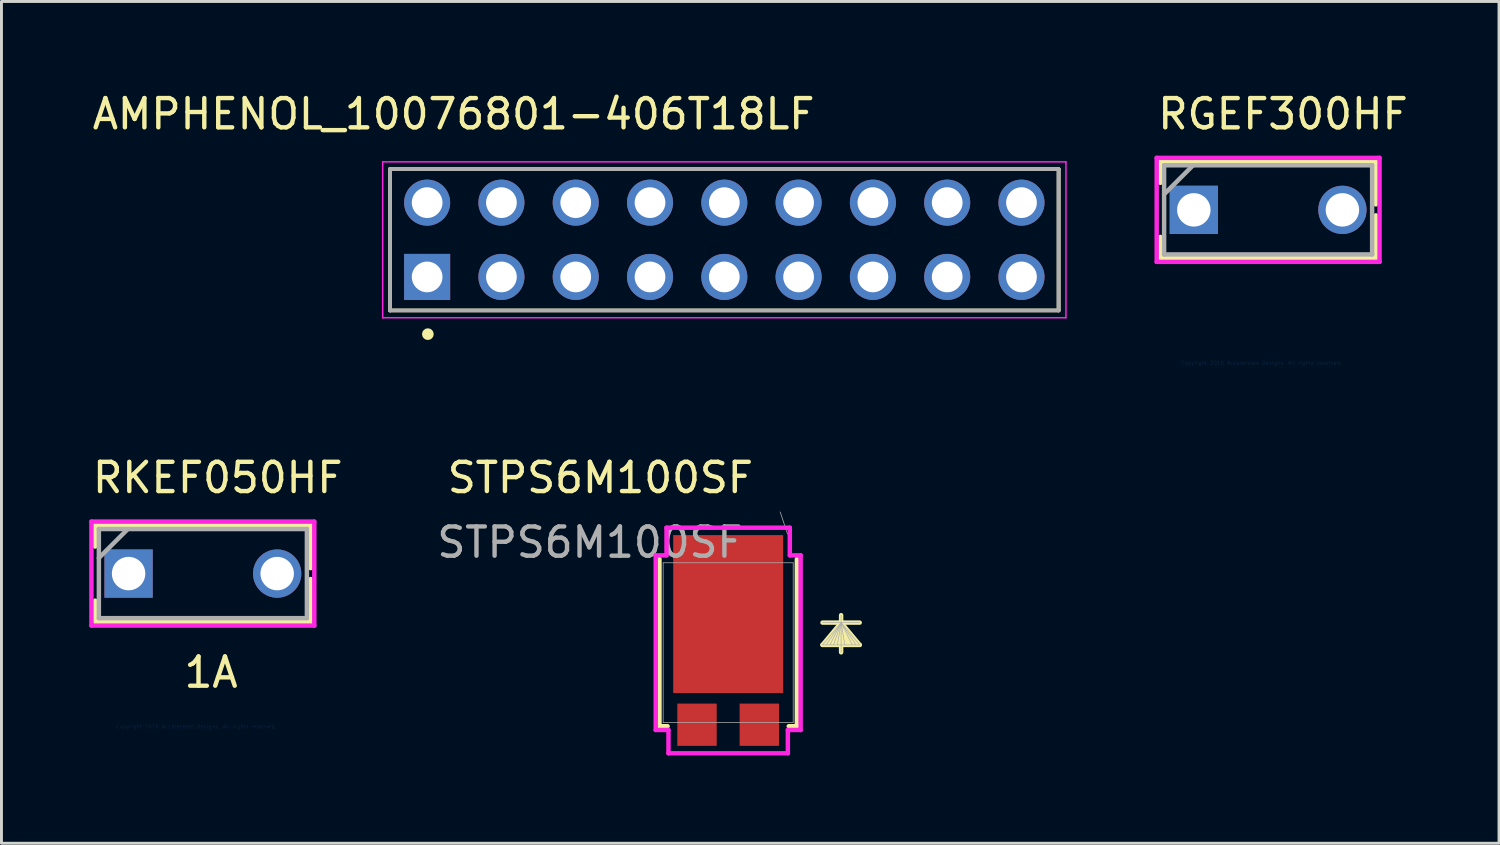
<source format=kicad_pcb>
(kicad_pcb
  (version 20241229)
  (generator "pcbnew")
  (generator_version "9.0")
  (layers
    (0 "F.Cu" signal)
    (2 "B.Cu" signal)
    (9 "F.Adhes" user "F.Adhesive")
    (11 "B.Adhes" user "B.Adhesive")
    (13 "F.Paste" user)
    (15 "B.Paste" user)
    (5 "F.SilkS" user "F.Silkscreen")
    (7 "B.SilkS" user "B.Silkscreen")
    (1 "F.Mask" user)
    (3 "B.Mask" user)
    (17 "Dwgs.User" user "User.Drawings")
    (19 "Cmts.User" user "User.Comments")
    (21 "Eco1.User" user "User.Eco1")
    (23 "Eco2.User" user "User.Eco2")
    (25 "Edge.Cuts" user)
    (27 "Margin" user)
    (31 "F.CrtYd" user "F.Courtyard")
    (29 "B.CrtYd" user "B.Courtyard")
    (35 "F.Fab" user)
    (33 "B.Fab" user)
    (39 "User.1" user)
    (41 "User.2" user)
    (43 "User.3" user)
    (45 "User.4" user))
  (footprint "AMPHENOL_10076801-406T18LF"
    (layer "F.Cu")
    (at 21.713 5.148)
    (property "Reference" "AMPHENOL_10076801-406T18LF" (at -9.255 -4.3 0) (layer "F.SilkS") (effects (font (size 1 1) (thickness 0.15))))
    (attr through_hole)
    (fp_line (start -11.43 2.415) (end -11.43 -2.415) (stroke (width 0.127) (type solid)) (layer "F.SilkS"))
    (fp_line (start 11.43 -2.415) (end -11.43 -2.415) (stroke (width 0.127) (type solid)) (layer "F.SilkS"))
    (fp_line (start 11.43 -2.415) (end 11.43 2.415) (stroke (width 0.127) (type solid)) (layer "F.SilkS"))
    (fp_line (start 11.43 2.415) (end -11.43 2.415) (stroke (width 0.127) (type solid)) (layer "F.SilkS"))
    (fp_circle (center -10.135 3.226) (end -10.035 3.226) (stroke (width 0.2) (type solid)) (fill no) (layer "F.SilkS"))
    (fp_line (start -11.68 -2.665) (end 11.68 -2.665) (stroke (width 0.05) (type solid)) (layer "F.CrtYd"))
    (fp_line (start -11.68 2.665) (end -11.68 -2.665) (stroke (width 0.05) (type solid)) (layer "F.CrtYd"))
    (fp_line (start 11.68 -2.665) (end 11.68 2.665) (stroke (width 0.05) (type solid)) (layer "F.CrtYd"))
    (fp_line (start 11.68 2.665) (end -11.68 2.665) (stroke (width 0.05) (type solid)) (layer "F.CrtYd"))
    (fp_line (start -11.43 -2.415) (end 11.43 -2.415) (stroke (width 0.127) (type solid)) (layer "F.Fab"))
    (fp_line (start -11.43 -2.415) (end 11.43 -2.415) (stroke (width 0.127) (type solid)) (layer "F.Fab"))
    (fp_line (start -11.43 2.415) (end -11.43 -2.415) (stroke (width 0.127) (type solid)) (layer "F.Fab"))
    (fp_line (start -11.43 2.415) (end -11.43 -2.415) (stroke (width 0.127) (type solid)) (layer "F.Fab"))
    (fp_line (start 11.43 -2.415) (end 11.43 2.415) (stroke (width 0.127) (type solid)) (layer "F.Fab"))
    (fp_line (start 11.43 -2.415) (end 11.43 2.415) (stroke (width 0.127) (type solid)) (layer "F.Fab"))
    (fp_line (start 11.43 2.415) (end -11.43 2.415) (stroke (width 0.127) (type solid)) (layer "F.Fab"))
    (pad "01" thru_hole rect (at -10.16 1.27) (size 1.575 1.575) (drill 1.05) (layers "*.Cu" "*.Mask"))
    (pad "02" thru_hole circle (at -10.16 -1.27) (size 1.575 1.575) (drill 1.05) (layers "*.Cu" "*.Mask"))
    (pad "03" thru_hole circle (at -7.62 1.27) (size 1.575 1.575) (drill 1.05) (layers "*.Cu" "*.Mask"))
    (pad "04" thru_hole circle (at -7.62 -1.27) (size 1.575 1.575) (drill 1.05) (layers "*.Cu" "*.Mask"))
    (pad "05" thru_hole circle (at -5.08 1.27) (size 1.575 1.575) (drill 1.05) (layers "*.Cu" "*.Mask"))
    (pad "06" thru_hole circle (at -5.08 -1.27) (size 1.575 1.575) (drill 1.05) (layers "*.Cu" "*.Mask"))
    (pad "07" thru_hole circle (at -2.54 1.27) (size 1.575 1.575) (drill 1.05) (layers "*.Cu" "*.Mask"))
    (pad "08" thru_hole circle (at -2.54 -1.27) (size 1.575 1.575) (drill 1.05) (layers "*.Cu" "*.Mask"))
    (pad "09" thru_hole circle (at 0 1.27) (size 1.575 1.575) (drill 1.05) (layers "*.Cu" "*.Mask"))
    (pad "10" thru_hole circle (at 0 -1.27) (size 1.575 1.575) (drill 1.05) (layers "*.Cu" "*.Mask"))
    (pad "11" thru_hole circle (at 2.54 1.27) (size 1.575 1.575) (drill 1.05) (layers "*.Cu" "*.Mask"))
    (pad "12" thru_hole circle (at 2.54 -1.27) (size 1.575 1.575) (drill 1.05) (layers "*.Cu" "*.Mask"))
    (pad "13" thru_hole circle (at 5.08 1.27) (size 1.575 1.575) (drill 1.05) (layers "*.Cu" "*.Mask"))
    (pad "14" thru_hole circle (at 5.08 -1.27) (size 1.575 1.575) (drill 1.05) (layers "*.Cu" "*.Mask"))
    (pad "15" thru_hole circle (at 7.62 1.27) (size 1.575 1.575) (drill 1.05) (layers "*.Cu" "*.Mask"))
    (pad "16" thru_hole circle (at 7.62 -1.27) (size 1.575 1.575) (drill 1.05) (layers "*.Cu" "*.Mask"))
    (pad "17" thru_hole circle (at 10.16 1.27) (size 1.575 1.575) (drill 1.05) (layers "*.Cu" "*.Mask"))
    (pad "18" thru_hole circle (at 10.16 -1.27) (size 1.575 1.575) (drill 1.05) (layers "*.Cu" "*.Mask")))
  (footprint "RGEF300HF"
    (layer "F.Cu")
    (at 37.765 4.125)
    (property "Reference" "RGEF300HF" (at 3.048 -3.277 0) (layer "F.SilkS") (effects (font (size 1 1) (thickness 0.15))))
    (attr through_hole)
    (fp_line (start -1.143 -1.651) (end -1.143 -0.925) (stroke (width 0.152) (type solid)) (layer "F.SilkS"))
    (fp_line (start -1.143 0.925) (end -1.143 1.651) (stroke (width 0.152) (type solid)) (layer "F.SilkS"))
    (fp_line (start -1.143 1.651) (end 6.223 1.651) (stroke (width 0.152) (type solid)) (layer "F.SilkS"))
    (fp_line (start 6.223 -1.651) (end -1.143 -1.651) (stroke (width 0.152) (type solid)) (layer "F.SilkS"))
    (fp_line (start 6.223 -0.187) (end 6.223 -1.651) (stroke (width 0.152) (type solid)) (layer "F.SilkS"))
    (fp_line (start 6.223 1.651) (end 6.223 0.187) (stroke (width 0.152) (type solid)) (layer "F.SilkS"))
    (fp_line (start -1.27 -1.778) (end 6.35 -1.778) (stroke (width 0.152) (type solid)) (layer "F.CrtYd"))
    (fp_line (start -1.27 1.778) (end -1.27 -1.778) (stroke (width 0.152) (type solid)) (layer "F.CrtYd"))
    (fp_line (start 6.35 -1.778) (end 6.35 1.778) (stroke (width 0.152) (type solid)) (layer "F.CrtYd"))
    (fp_line (start 6.35 1.778) (end -1.27 1.778) (stroke (width 0.152) (type solid)) (layer "F.CrtYd"))
    (fp_line (start -1.016 -1.524) (end -1.016 1.524) (stroke (width 0.152) (type solid)) (layer "F.Fab"))
    (fp_line (start -1.016 -0.533) (end -0.025 -1.524) (stroke (width 0.152) (type solid)) (layer "F.Fab"))
    (fp_line (start -1.016 1.524) (end 6.096 1.524) (stroke (width 0.152) (type solid)) (layer "F.Fab"))
    (fp_line (start 6.096 -1.524) (end -1.016 -1.524) (stroke (width 0.152) (type solid)) (layer "F.Fab"))
    (fp_line (start 6.096 1.524) (end 6.096 -1.524) (stroke (width 0.152) (type solid)) (layer "F.Fab"))
    (fp_text user "Copyright 2016 Accelerated Designs. All rights reserved." (at 2.311 5.232 0) (layer "Cmts.User") (effects (font (size 0.127 0.127) (thickness 0.002))))
    (pad "1" thru_hole rect (at 0 0) (size 1.651 1.651) (drill 1.143) (layers "*.Cu" "*.Mask"))
    (pad "2" thru_hole circle (at 5.08 0) (size 1.651 1.651) (drill 1.143) (layers "*.Cu" "*.Mask")))
  (footprint "RKEF050HF"
    (layer "F.Cu")
    (at 1.346 16.56)
    (property "Reference" "RKEF050HF" (at 3.048 -3.277 0) (layer "F.SilkS") (effects (font (size 1 1) (thickness 0.15))))
    (attr through_hole)
    (fp_line (start -1.143 -1.651) (end -1.143 -0.925) (stroke (width 0.152) (type solid)) (layer "F.SilkS"))
    (fp_line (start -1.143 0.925) (end -1.143 1.651) (stroke (width 0.152) (type solid)) (layer "F.SilkS"))
    (fp_line (start -1.143 1.651) (end 6.223 1.651) (stroke (width 0.152) (type solid)) (layer "F.SilkS"))
    (fp_line (start 6.223 -1.651) (end -1.143 -1.651) (stroke (width 0.152) (type solid)) (layer "F.SilkS"))
    (fp_line (start 6.223 -0.187) (end 6.223 -1.651) (stroke (width 0.152) (type solid)) (layer "F.SilkS"))
    (fp_line (start 6.223 1.651) (end 6.223 0.187) (stroke (width 0.152) (type solid)) (layer "F.SilkS"))
    (fp_line (start -1.27 -1.778) (end 6.35 -1.778) (stroke (width 0.152) (type solid)) (layer "F.CrtYd"))
    (fp_line (start -1.27 1.778) (end -1.27 -1.778) (stroke (width 0.152) (type solid)) (layer "F.CrtYd"))
    (fp_line (start 6.35 -1.778) (end 6.35 1.778) (stroke (width 0.152) (type solid)) (layer "F.CrtYd"))
    (fp_line (start 6.35 1.778) (end -1.27 1.778) (stroke (width 0.152) (type solid)) (layer "F.CrtYd"))
    (fp_line (start -1.016 -1.524) (end -1.016 1.524) (stroke (width 0.152) (type solid)) (layer "F.Fab"))
    (fp_line (start -1.016 -0.533) (end -0.025 -1.524) (stroke (width 0.152) (type solid)) (layer "F.Fab"))
    (fp_line (start -1.016 1.524) (end 6.096 1.524) (stroke (width 0.152) (type solid)) (layer "F.Fab"))
    (fp_line (start 6.096 -1.524) (end -1.016 -1.524) (stroke (width 0.152) (type solid)) (layer "F.Fab"))
    (fp_line (start 6.096 1.524) (end 6.096 -1.524) (stroke (width 0.152) (type solid)) (layer "F.Fab"))
    (fp_text user "1A" (at 2.819 3.378 0) (unlocked yes) (layer "F.SilkS") (effects (font (size 1 1) (thickness 0.15))))
    (fp_text user "Copyright 2016 Accelerated Designs. All rights reserved." (at 2.311 5.232 0) (layer "Cmts.User") (effects (font (size 0.127 0.127) (thickness 0.002))))
    (pad "1" thru_hole rect (at 0 0) (size 1.651 1.651) (drill 1.143) (layers "*.Cu" "*.Mask"))
    (pad "2" thru_hole circle (at 5.08 0) (size 1.651 1.651) (drill 1.143) (layers "*.Cu" "*.Mask")))
  (footprint "STPS6M100SF"
    (layer "F.Cu")
    (at 21.845 18.922)
    (property "Reference" "STPS6M100SF" (at -4.369 -5.639 0) (unlocked yes) (layer "F.SilkS") (effects (font (size 1 1) (thickness 0.15))))
    (attr smd)
    (fp_line (start -2.349 -2.857) (end -2.349 2.857) (stroke (width 0.152) (type solid)) (layer "F.SilkS"))
    (fp_line (start -2.349 2.857) (end -2.071 2.857) (stroke (width 0.152) (type solid)) (layer "F.SilkS"))
    (fp_line (start 2.071 2.857) (end 2.349 2.857) (stroke (width 0.152) (type solid)) (layer "F.SilkS"))
    (fp_line (start 2.349 2.857) (end 2.349 -2.857) (stroke (width 0.152) (type solid)) (layer "F.SilkS"))
    (fp_line (start 3.861 -0.686) (end 3.226 0.076) (stroke (width 0.152) (type solid)) (layer "F.SilkS"))
    (fp_line (start 3.861 -0.686) (end 3.353 0.076) (stroke (width 0.152) (type solid)) (layer "F.SilkS"))
    (fp_line (start 3.861 -0.686) (end 3.48 0.076) (stroke (width 0.152) (type solid)) (layer "F.SilkS"))
    (fp_line (start 3.861 -0.686) (end 3.607 0.076) (stroke (width 0.152) (type solid)) (layer "F.SilkS"))
    (fp_line (start 3.861 -0.686) (end 3.734 0.076) (stroke (width 0.152) (type solid)) (layer "F.SilkS"))
    (fp_line (start 3.861 -0.686) (end 3.988 0.076) (stroke (width 0.152) (type solid)) (layer "F.SilkS"))
    (fp_line (start 3.861 -0.686) (end 4.115 0.076) (stroke (width 0.152) (type solid)) (layer "F.SilkS"))
    (fp_line (start 3.861 -0.686) (end 4.242 0.076) (stroke (width 0.152) (type solid)) (layer "F.SilkS"))
    (fp_line (start 3.861 -0.686) (end 4.369 0.076) (stroke (width 0.152) (type solid)) (layer "F.SilkS"))
    (fp_line (start 3.861 -0.686) (end 4.496 0.076) (stroke (width 0.152) (type solid)) (layer "F.SilkS"))
    (fp_line (start 3.861 0.33) (end 3.861 -0.94) (stroke (width 0.152) (type solid)) (layer "F.SilkS"))
    (fp_line (start 4.496 -0.686) (end 3.226 -0.686) (stroke (width 0.152) (type solid)) (layer "F.SilkS"))
    (fp_line (start 4.496 0.076) (end 3.226 0.076) (stroke (width 0.152) (type solid)) (layer "F.SilkS"))
    (fp_line (start -2.477 -2.985) (end -2.108 -2.985) (stroke (width 0.152) (type solid)) (layer "F.CrtYd"))
    (fp_line (start -2.477 2.985) (end -2.477 -2.985) (stroke (width 0.152) (type solid)) (layer "F.CrtYd"))
    (fp_line (start -2.108 -3.931) (end -2.108 -2.985) (stroke (width 0.152) (type solid)) (layer "F.CrtYd"))
    (fp_line (start -2.108 -3.931) (end 2.108 -3.931) (stroke (width 0.152) (type solid)) (layer "F.CrtYd"))
    (fp_line (start -2.041 2.985) (end -2.477 2.985) (stroke (width 0.152) (type solid)) (layer "F.CrtYd"))
    (fp_line (start -2.041 2.985) (end -2.041 3.781) (stroke (width 0.152) (type solid)) (layer "F.CrtYd"))
    (fp_line (start -2.041 3.781) (end 2.041 3.781) (stroke (width 0.152) (type solid)) (layer "F.CrtYd"))
    (fp_line (start 2.041 2.985) (end 2.041 3.781) (stroke (width 0.152) (type solid)) (layer "F.CrtYd"))
    (fp_line (start 2.108 -3.931) (end 2.108 -2.985) (stroke (width 0.152) (type solid)) (layer "F.CrtYd"))
    (fp_line (start 2.477 -2.985) (end 2.108 -2.985) (stroke (width 0.152) (type solid)) (layer "F.CrtYd"))
    (fp_line (start 2.477 -2.985) (end 2.477 2.985) (stroke (width 0.152) (type solid)) (layer "F.CrtYd"))
    (fp_line (start 2.477 2.985) (end 2.041 2.985) (stroke (width 0.152) (type solid)) (layer "F.CrtYd"))
    (fp_line (start -2.223 -2.731) (end -2.223 2.731) (stroke (width 0.025) (type solid)) (layer "F.Fab"))
    (fp_line (start -2.223 2.731) (end 2.223 2.731) (stroke (width 0.025) (type solid)) (layer "F.Fab"))
    (fp_line (start 1.778 -4.47) (end 2.032 -3.708) (stroke (width 0.025) (type solid)) (layer "F.Fab"))
    (fp_line (start 2.223 -2.731) (end -2.223 -2.731) (stroke (width 0.025) (type solid)) (layer "F.Fab"))
    (fp_line (start 2.223 2.731) (end 2.223 -2.731) (stroke (width 0.025) (type solid)) (layer "F.Fab"))
    (fp_line (start 3.861 -0.686) (end 3.226 0.076) (stroke (width 0.025) (type solid)) (layer "F.Fab"))
    (fp_line (start 3.861 -0.686) (end 3.353 0.076) (stroke (width 0.025) (type solid)) (layer "F.Fab"))
    (fp_line (start 3.861 -0.686) (end 3.48 0.076) (stroke (width 0.025) (type solid)) (layer "F.Fab"))
    (fp_line (start 3.861 -0.686) (end 3.607 0.076) (stroke (width 0.025) (type solid)) (layer "F.Fab"))
    (fp_line (start 3.861 -0.686) (end 3.734 0.076) (stroke (width 0.025) (type solid)) (layer "F.Fab"))
    (fp_line (start 3.861 -0.686) (end 3.988 0.076) (stroke (width 0.025) (type solid)) (layer "F.Fab"))
    (fp_line (start 3.861 -0.686) (end 4.242 0.076) (stroke (width 0.025) (type solid)) (layer "F.Fab"))
    (fp_line (start 3.861 -0.686) (end 4.369 0.076) (stroke (width 0.025) (type solid)) (layer "F.Fab"))
    (fp_line (start 3.861 -0.686) (end 4.496 0.076) (stroke (width 0.025) (type solid)) (layer "F.Fab"))
    (fp_line (start 3.861 0.33) (end 3.861 -0.94) (stroke (width 0.025) (type solid)) (layer "F.Fab"))
    (fp_line (start 4.496 -0.686) (end 3.226 -0.686) (stroke (width 0.025) (type solid)) (layer "F.Fab"))
    (fp_line (start 4.496 0.076) (end 3.226 0.076) (stroke (width 0.025) (type solid)) (layer "F.Fab"))
    (fp_text user "${REFERENCE}" (at -4.724 -3.429 0) (unlocked yes) (layer "F.Fab") (effects (font (size 1 1) (thickness 0.15))))
    (pad "1" smd rect (at 0 -0.978 90) (size 5.399 3.758) (layers "F.Cu" "F.Mask" "F.Paste"))
    (pad "2" smd rect (at -1.065 2.805 90) (size 1.445 1.346) (layers "F.Cu" "F.Mask" "F.Paste"))
    (pad "3" smd rect (at 1.065 2.805 90) (size 1.445 1.346) (layers "F.Cu" "F.Mask" "F.Paste")))
  (gr_rect
    (start -3 -3)
    (end 48.199 25.78)
    (stroke (width 0.1) (type default))
    (fill no)
    (layer "Edge.Cuts")))
</source>
